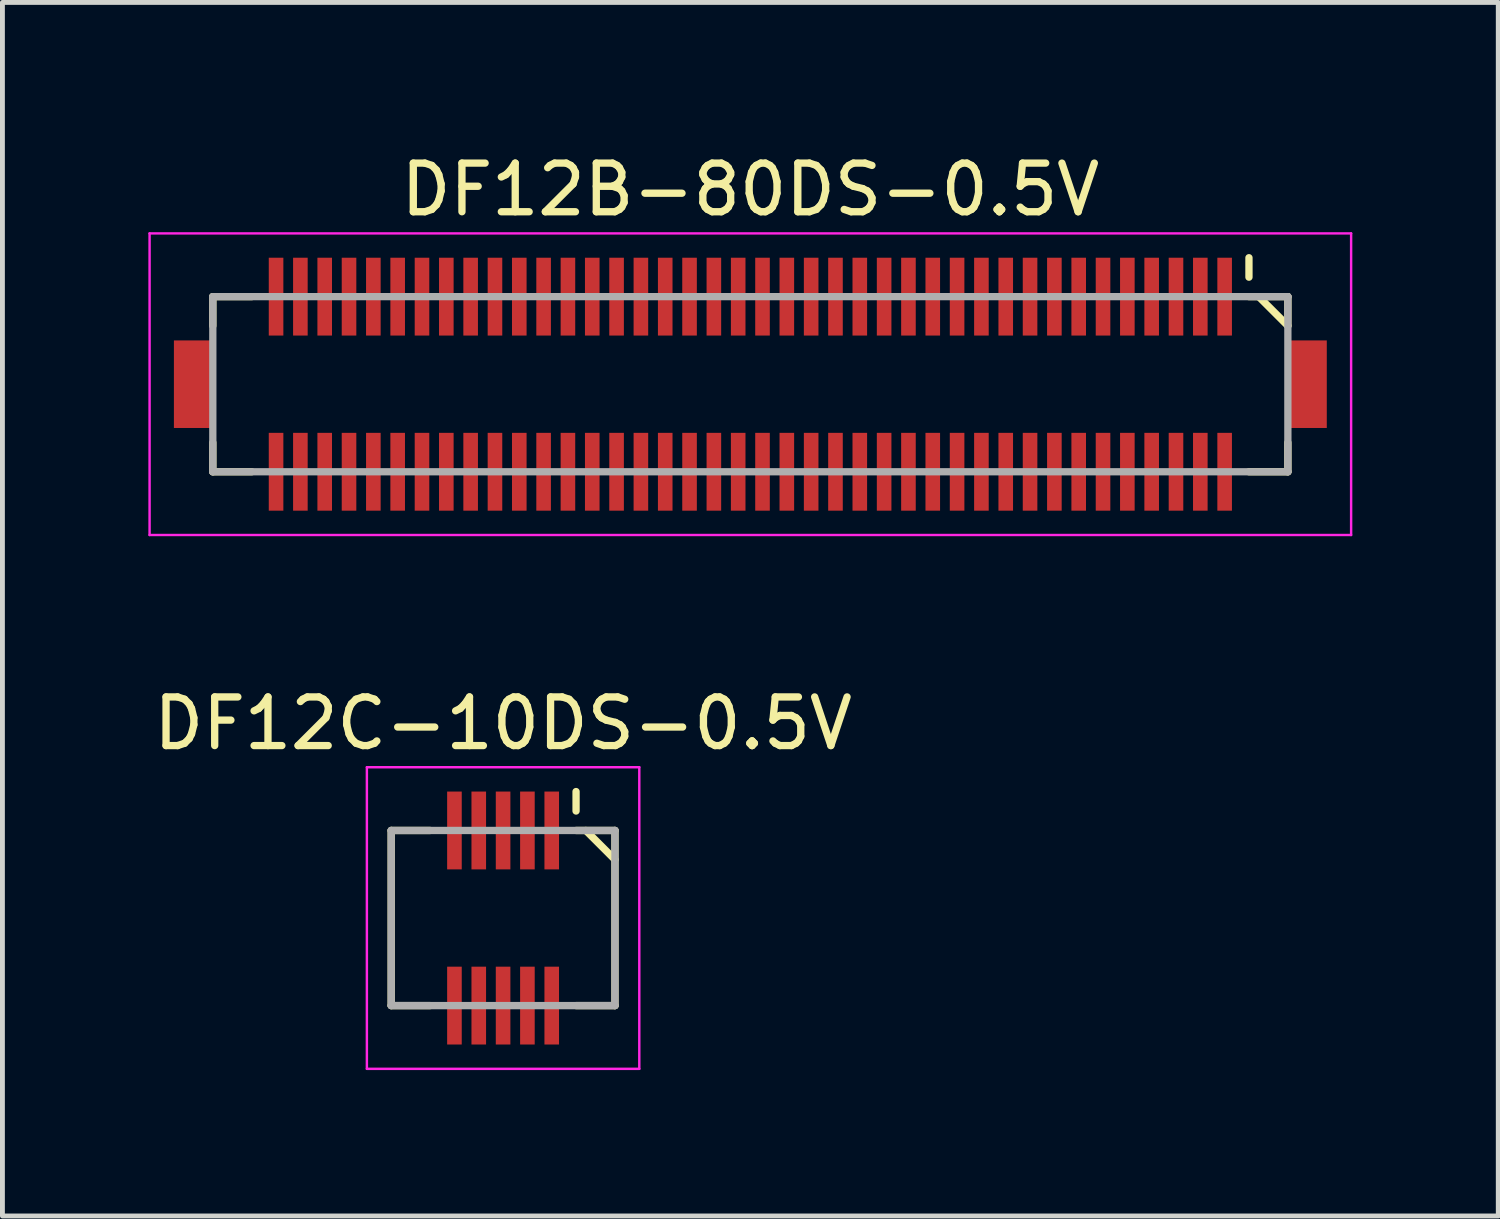
<source format=kicad_pcb>
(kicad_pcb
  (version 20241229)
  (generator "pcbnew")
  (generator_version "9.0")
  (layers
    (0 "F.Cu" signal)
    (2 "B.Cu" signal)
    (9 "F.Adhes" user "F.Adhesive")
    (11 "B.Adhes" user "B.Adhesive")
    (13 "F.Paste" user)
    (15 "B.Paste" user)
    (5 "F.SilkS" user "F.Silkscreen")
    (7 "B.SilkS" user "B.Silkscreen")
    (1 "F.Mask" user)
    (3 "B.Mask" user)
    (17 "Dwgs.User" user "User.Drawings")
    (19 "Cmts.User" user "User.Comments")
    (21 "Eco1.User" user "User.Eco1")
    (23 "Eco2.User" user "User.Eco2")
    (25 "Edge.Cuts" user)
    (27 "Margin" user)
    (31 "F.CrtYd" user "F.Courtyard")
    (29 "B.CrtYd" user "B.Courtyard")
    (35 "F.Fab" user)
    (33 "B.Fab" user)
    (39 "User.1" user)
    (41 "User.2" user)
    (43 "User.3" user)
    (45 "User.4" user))
  (footprint "DF12B-80DS-0.5V"
    (layer "F.Cu")
    (at 12.375 4.848)
    (property "Reference" "DF12B-80DS-0.5V" (at 0 -4 0) (layer "F.SilkS") (effects (font (size 1 1) (thickness 0.15))))
    (attr smd)
    (fp_line (start -11.05 -1.8) (end -11.05 -1.2) (stroke (width 0.15) (type solid)) (layer "F.SilkS"))
    (fp_line (start -11.05 -1.8) (end -10.25 -1.8) (stroke (width 0.15) (type solid)) (layer "F.SilkS"))
    (fp_line (start -11.05 1.2) (end -11.05 1.8) (stroke (width 0.15) (type solid)) (layer "F.SilkS"))
    (fp_line (start -11.05 1.8) (end -10.25 1.8) (stroke (width 0.15) (type solid)) (layer "F.SilkS"))
    (fp_line (start 10.25 -2.6) (end 10.25 -2.2) (stroke (width 0.15) (type solid)) (layer "F.SilkS"))
    (fp_line (start 10.25 -1.8) (end 11.05 -1.8) (stroke (width 0.15) (type solid)) (layer "F.SilkS"))
    (fp_line (start 10.25 1.8) (end 11.05 1.8) (stroke (width 0.15) (type solid)) (layer "F.SilkS"))
    (fp_line (start 10.45 -1.8) (end 11.05 -1.2) (stroke (width 0.15) (type solid)) (layer "F.SilkS"))
    (fp_line (start 11.05 -1.8) (end 11.05 -1.2) (stroke (width 0.15) (type solid)) (layer "F.SilkS"))
    (fp_line (start 11.05 1.2) (end 11.05 1.8) (stroke (width 0.15) (type solid)) (layer "F.SilkS"))
    (fp_line (start -12.35 -3.1) (end -12.35 3.1) (stroke (width 0.05) (type solid)) (layer "F.CrtYd"))
    (fp_line (start -12.35 -3.1) (end 12.35 -3.1) (stroke (width 0.05) (type solid)) (layer "F.CrtYd"))
    (fp_line (start -12.35 3.1) (end 12.35 3.1) (stroke (width 0.05) (type solid)) (layer "F.CrtYd"))
    (fp_line (start 12.35 -3.1) (end 12.35 3.1) (stroke (width 0.05) (type solid)) (layer "F.CrtYd"))
    (fp_line (start -11.05 -1.8) (end -11.05 1.8) (stroke (width 0.15) (type solid)) (layer "F.Fab"))
    (fp_line (start -11.05 -1.8) (end 11.05 -1.8) (stroke (width 0.15) (type solid)) (layer "F.Fab"))
    (fp_line (start -11.05 1.8) (end 11.05 1.8) (stroke (width 0.15) (type solid)) (layer "F.Fab"))
    (fp_line (start 11.05 -1.8) (end 11.05 1.8) (stroke (width 0.15) (type solid)) (layer "F.Fab"))
    (pad "1" smd rect (at 9.75 -1.8) (size 0.3 1.6) (layers "F.Cu" "F.Mask" "F.Paste"))
    (pad "2" smd rect (at 9.75 1.8) (size 0.3 1.6) (layers "F.Cu" "F.Mask" "F.Paste"))
    (pad "3" smd rect (at 9.25 -1.8) (size 0.3 1.6) (layers "F.Cu" "F.Mask" "F.Paste"))
    (pad "4" smd rect (at 9.25 1.8) (size 0.3 1.6) (layers "F.Cu" "F.Mask" "F.Paste"))
    (pad "5" smd rect (at 8.75 -1.8) (size 0.3 1.6) (layers "F.Cu" "F.Mask" "F.Paste"))
    (pad "6" smd rect (at 8.75 1.8) (size 0.3 1.6) (layers "F.Cu" "F.Mask" "F.Paste"))
    (pad "7" smd rect (at 8.25 -1.8) (size 0.3 1.6) (layers "F.Cu" "F.Mask" "F.Paste"))
    (pad "8" smd rect (at 8.25 1.8) (size 0.3 1.6) (layers "F.Cu" "F.Mask" "F.Paste"))
    (pad "9" smd rect (at 7.75 -1.8) (size 0.3 1.6) (layers "F.Cu" "F.Mask" "F.Paste"))
    (pad "10" smd rect (at 7.75 1.8) (size 0.3 1.6) (layers "F.Cu" "F.Mask" "F.Paste"))
    (pad "11" smd rect (at 7.25 -1.8) (size 0.3 1.6) (layers "F.Cu" "F.Mask" "F.Paste"))
    (pad "12" smd rect (at 7.25 1.8) (size 0.3 1.6) (layers "F.Cu" "F.Mask" "F.Paste"))
    (pad "13" smd rect (at 6.75 -1.8) (size 0.3 1.6) (layers "F.Cu" "F.Mask" "F.Paste"))
    (pad "14" smd rect (at 6.75 1.8) (size 0.3 1.6) (layers "F.Cu" "F.Mask" "F.Paste"))
    (pad "15" smd rect (at 6.25 -1.8) (size 0.3 1.6) (layers "F.Cu" "F.Mask" "F.Paste"))
    (pad "16" smd rect (at 6.25 1.8) (size 0.3 1.6) (layers "F.Cu" "F.Mask" "F.Paste"))
    (pad "17" smd rect (at 5.75 -1.8) (size 0.3 1.6) (layers "F.Cu" "F.Mask" "F.Paste"))
    (pad "18" smd rect (at 5.75 1.8) (size 0.3 1.6) (layers "F.Cu" "F.Mask" "F.Paste"))
    (pad "19" smd rect (at 5.25 -1.8) (size 0.3 1.6) (layers "F.Cu" "F.Mask" "F.Paste"))
    (pad "20" smd rect (at 5.25 1.8) (size 0.3 1.6) (layers "F.Cu" "F.Mask" "F.Paste"))
    (pad "21" smd rect (at 4.75 -1.8) (size 0.3 1.6) (layers "F.Cu" "F.Mask" "F.Paste"))
    (pad "22" smd rect (at 4.75 1.8) (size 0.3 1.6) (layers "F.Cu" "F.Mask" "F.Paste"))
    (pad "23" smd rect (at 4.25 -1.8) (size 0.3 1.6) (layers "F.Cu" "F.Mask" "F.Paste"))
    (pad "24" smd rect (at 4.25 1.8) (size 0.3 1.6) (layers "F.Cu" "F.Mask" "F.Paste"))
    (pad "25" smd rect (at 3.75 -1.8) (size 0.3 1.6) (layers "F.Cu" "F.Mask" "F.Paste"))
    (pad "26" smd rect (at 3.75 1.8) (size 0.3 1.6) (layers "F.Cu" "F.Mask" "F.Paste"))
    (pad "27" smd rect (at 3.25 -1.8) (size 0.3 1.6) (layers "F.Cu" "F.Mask" "F.Paste"))
    (pad "28" smd rect (at 3.25 1.8) (size 0.3 1.6) (layers "F.Cu" "F.Mask" "F.Paste"))
    (pad "29" smd rect (at 2.75 -1.8) (size 0.3 1.6) (layers "F.Cu" "F.Mask" "F.Paste"))
    (pad "30" smd rect (at 2.75 1.8) (size 0.3 1.6) (layers "F.Cu" "F.Mask" "F.Paste"))
    (pad "31" smd rect (at 2.25 -1.8) (size 0.3 1.6) (layers "F.Cu" "F.Mask" "F.Paste"))
    (pad "32" smd rect (at 2.25 1.8) (size 0.3 1.6) (layers "F.Cu" "F.Mask" "F.Paste"))
    (pad "33" smd rect (at 1.75 -1.8) (size 0.3 1.6) (layers "F.Cu" "F.Mask" "F.Paste"))
    (pad "34" smd rect (at 1.75 1.8) (size 0.3 1.6) (layers "F.Cu" "F.Mask" "F.Paste"))
    (pad "35" smd rect (at 1.25 -1.8) (size 0.3 1.6) (layers "F.Cu" "F.Mask" "F.Paste"))
    (pad "36" smd rect (at 1.25 1.8) (size 0.3 1.6) (layers "F.Cu" "F.Mask" "F.Paste"))
    (pad "37" smd rect (at 0.75 -1.8) (size 0.3 1.6) (layers "F.Cu" "F.Mask" "F.Paste"))
    (pad "38" smd rect (at 0.75 1.8) (size 0.3 1.6) (layers "F.Cu" "F.Mask" "F.Paste"))
    (pad "39" smd rect (at 0.25 -1.8) (size 0.3 1.6) (layers "F.Cu" "F.Mask" "F.Paste"))
    (pad "40" smd rect (at 0.25 1.8) (size 0.3 1.6) (layers "F.Cu" "F.Mask" "F.Paste"))
    (pad "41" smd rect (at -0.25 -1.8) (size 0.3 1.6) (layers "F.Cu" "F.Mask" "F.Paste"))
    (pad "42" smd rect (at -0.25 1.8) (size 0.3 1.6) (layers "F.Cu" "F.Mask" "F.Paste"))
    (pad "43" smd rect (at -0.75 -1.8) (size 0.3 1.6) (layers "F.Cu" "F.Mask" "F.Paste"))
    (pad "44" smd rect (at -0.75 1.8) (size 0.3 1.6) (layers "F.Cu" "F.Mask" "F.Paste"))
    (pad "45" smd rect (at -1.25 -1.8) (size 0.3 1.6) (layers "F.Cu" "F.Mask" "F.Paste"))
    (pad "46" smd rect (at -1.25 1.8) (size 0.3 1.6) (layers "F.Cu" "F.Mask" "F.Paste"))
    (pad "47" smd rect (at -1.75 -1.8) (size 0.3 1.6) (layers "F.Cu" "F.Mask" "F.Paste"))
    (pad "48" smd rect (at -1.75 1.8) (size 0.3 1.6) (layers "F.Cu" "F.Mask" "F.Paste"))
    (pad "49" smd rect (at -2.25 -1.8) (size 0.3 1.6) (layers "F.Cu" "F.Mask" "F.Paste"))
    (pad "50" smd rect (at -2.25 1.8) (size 0.3 1.6) (layers "F.Cu" "F.Mask" "F.Paste"))
    (pad "51" smd rect (at -2.75 -1.8) (size 0.3 1.6) (layers "F.Cu" "F.Mask" "F.Paste"))
    (pad "52" smd rect (at -2.75 1.8) (size 0.3 1.6) (layers "F.Cu" "F.Mask" "F.Paste"))
    (pad "53" smd rect (at -3.25 -1.8) (size 0.3 1.6) (layers "F.Cu" "F.Mask" "F.Paste"))
    (pad "54" smd rect (at -3.25 1.8) (size 0.3 1.6) (layers "F.Cu" "F.Mask" "F.Paste"))
    (pad "55" smd rect (at -3.75 -1.8) (size 0.3 1.6) (layers "F.Cu" "F.Mask" "F.Paste"))
    (pad "56" smd rect (at -3.75 1.8) (size 0.3 1.6) (layers "F.Cu" "F.Mask" "F.Paste"))
    (pad "57" smd rect (at -4.25 -1.8) (size 0.3 1.6) (layers "F.Cu" "F.Mask" "F.Paste"))
    (pad "58" smd rect (at -4.25 1.8) (size 0.3 1.6) (layers "F.Cu" "F.Mask" "F.Paste"))
    (pad "59" smd rect (at -4.75 -1.8) (size 0.3 1.6) (layers "F.Cu" "F.Mask" "F.Paste"))
    (pad "60" smd rect (at -4.75 1.8) (size 0.3 1.6) (layers "F.Cu" "F.Mask" "F.Paste"))
    (pad "61" smd rect (at -5.25 -1.8) (size 0.3 1.6) (layers "F.Cu" "F.Mask" "F.Paste"))
    (pad "62" smd rect (at -5.25 1.8) (size 0.3 1.6) (layers "F.Cu" "F.Mask" "F.Paste"))
    (pad "63" smd rect (at -5.75 -1.8) (size 0.3 1.6) (layers "F.Cu" "F.Mask" "F.Paste"))
    (pad "64" smd rect (at -5.75 1.8) (size 0.3 1.6) (layers "F.Cu" "F.Mask" "F.Paste"))
    (pad "65" smd rect (at -6.25 -1.8) (size 0.3 1.6) (layers "F.Cu" "F.Mask" "F.Paste"))
    (pad "66" smd rect (at -6.25 1.8) (size 0.3 1.6) (layers "F.Cu" "F.Mask" "F.Paste"))
    (pad "67" smd rect (at -6.75 -1.8) (size 0.3 1.6) (layers "F.Cu" "F.Mask" "F.Paste"))
    (pad "68" smd rect (at -6.75 1.8) (size 0.3 1.6) (layers "F.Cu" "F.Mask" "F.Paste"))
    (pad "69" smd rect (at -7.25 -1.8) (size 0.3 1.6) (layers "F.Cu" "F.Mask" "F.Paste"))
    (pad "70" smd rect (at -7.25 1.8) (size 0.3 1.6) (layers "F.Cu" "F.Mask" "F.Paste"))
    (pad "71" smd rect (at -7.75 -1.8) (size 0.3 1.6) (layers "F.Cu" "F.Mask" "F.Paste"))
    (pad "72" smd rect (at -7.75 1.8) (size 0.3 1.6) (layers "F.Cu" "F.Mask" "F.Paste"))
    (pad "73" smd rect (at -8.25 -1.8) (size 0.3 1.6) (layers "F.Cu" "F.Mask" "F.Paste"))
    (pad "74" smd rect (at -8.25 1.8) (size 0.3 1.6) (layers "F.Cu" "F.Mask" "F.Paste"))
    (pad "75" smd rect (at -8.75 -1.8) (size 0.3 1.6) (layers "F.Cu" "F.Mask" "F.Paste"))
    (pad "76" smd rect (at -8.75 1.8) (size 0.3 1.6) (layers "F.Cu" "F.Mask" "F.Paste"))
    (pad "77" smd rect (at -9.25 -1.8) (size 0.3 1.6) (layers "F.Cu" "F.Mask" "F.Paste"))
    (pad "78" smd rect (at -9.25 1.8) (size 0.3 1.6) (layers "F.Cu" "F.Mask" "F.Paste"))
    (pad "79" smd rect (at -9.75 -1.8) (size 0.3 1.6) (layers "F.Cu" "F.Mask" "F.Paste"))
    (pad "80" smd rect (at -9.75 1.8) (size 0.3 1.6) (layers "F.Cu" "F.Mask" "F.Paste"))
    (pad "S" smd rect (at -11.45 0) (size 0.8 1.8) (layers "F.Cu" "F.Mask" "F.Paste"))
    (pad "S" smd rect (at 11.45 0) (size 0.8 1.8) (layers "F.Cu" "F.Mask" "F.Paste")))
  (footprint "DF12C-10DS-0.5V"
    (layer "F.Cu")
    (at 7.292 15.822)
    (property "Reference" "DF12C-10DS-0.5V" (at 0 -4 0) (layer "F.SilkS") (effects (font (size 1 1) (thickness 0.15))))
    (attr smd)
    (fp_line (start -2.3 -1.8) (end -2.3 1.8) (stroke (width 0.15) (type solid)) (layer "F.SilkS"))
    (fp_line (start -2.3 -1.8) (end -1.5 -1.8) (stroke (width 0.15) (type solid)) (layer "F.SilkS"))
    (fp_line (start -2.3 1.8) (end -1.5 1.8) (stroke (width 0.15) (type solid)) (layer "F.SilkS"))
    (fp_line (start 1.5 -2.6) (end 1.5 -2.2) (stroke (width 0.15) (type solid)) (layer "F.SilkS"))
    (fp_line (start 1.5 -1.8) (end 2.3 -1.8) (stroke (width 0.15) (type solid)) (layer "F.SilkS"))
    (fp_line (start 1.5 1.8) (end 2.3 1.8) (stroke (width 0.15) (type solid)) (layer "F.SilkS"))
    (fp_line (start 1.7 -1.8) (end 2.3 -1.2) (stroke (width 0.15) (type solid)) (layer "F.SilkS"))
    (fp_line (start 2.3 -1.8) (end 2.3 1.8) (stroke (width 0.15) (type solid)) (layer "F.SilkS"))
    (fp_line (start -2.8 -3.1) (end -2.8 3.1) (stroke (width 0.05) (type solid)) (layer "F.CrtYd"))
    (fp_line (start -2.8 -3.1) (end 2.8 -3.1) (stroke (width 0.05) (type solid)) (layer "F.CrtYd"))
    (fp_line (start -2.8 3.1) (end 2.8 3.1) (stroke (width 0.05) (type solid)) (layer "F.CrtYd"))
    (fp_line (start 2.8 -3.1) (end 2.8 3.1) (stroke (width 0.05) (type solid)) (layer "F.CrtYd"))
    (fp_line (start -2.3 -1.8) (end -2.3 1.8) (stroke (width 0.15) (type solid)) (layer "F.Fab"))
    (fp_line (start -2.3 -1.8) (end 2.3 -1.8) (stroke (width 0.15) (type solid)) (layer "F.Fab"))
    (fp_line (start -2.3 1.8) (end 2.3 1.8) (stroke (width 0.15) (type solid)) (layer "F.Fab"))
    (fp_line (start 2.3 -1.8) (end 2.3 1.8) (stroke (width 0.15) (type solid)) (layer "F.Fab"))
    (pad "1" smd rect (at 1 -1.8) (size 0.3 1.6) (layers "F.Cu" "F.Mask" "F.Paste"))
    (pad "2" smd rect (at 1 1.8) (size 0.3 1.6) (layers "F.Cu" "F.Mask" "F.Paste"))
    (pad "3" smd rect (at 0.5 -1.8) (size 0.3 1.6) (layers "F.Cu" "F.Mask" "F.Paste"))
    (pad "4" smd rect (at 0.5 1.8) (size 0.3 1.6) (layers "F.Cu" "F.Mask" "F.Paste"))
    (pad "5" smd rect (at 0 -1.8) (size 0.3 1.6) (layers "F.Cu" "F.Mask" "F.Paste"))
    (pad "6" smd rect (at 0 1.8) (size 0.3 1.6) (layers "F.Cu" "F.Mask" "F.Paste"))
    (pad "7" smd rect (at -0.5 -1.8) (size 0.3 1.6) (layers "F.Cu" "F.Mask" "F.Paste"))
    (pad "8" smd rect (at -0.5 1.8) (size 0.3 1.6) (layers "F.Cu" "F.Mask" "F.Paste"))
    (pad "9" smd rect (at -1 -1.8) (size 0.3 1.6) (layers "F.Cu" "F.Mask" "F.Paste"))
    (pad "10" smd rect (at -1 1.8) (size 0.3 1.6) (layers "F.Cu" "F.Mask" "F.Paste")))
  (gr_rect
    (start -3 -3)
    (end 27.75 21.947)
    (stroke (width 0.1) (type default))
    (fill no)
    (layer "Edge.Cuts")))
</source>
